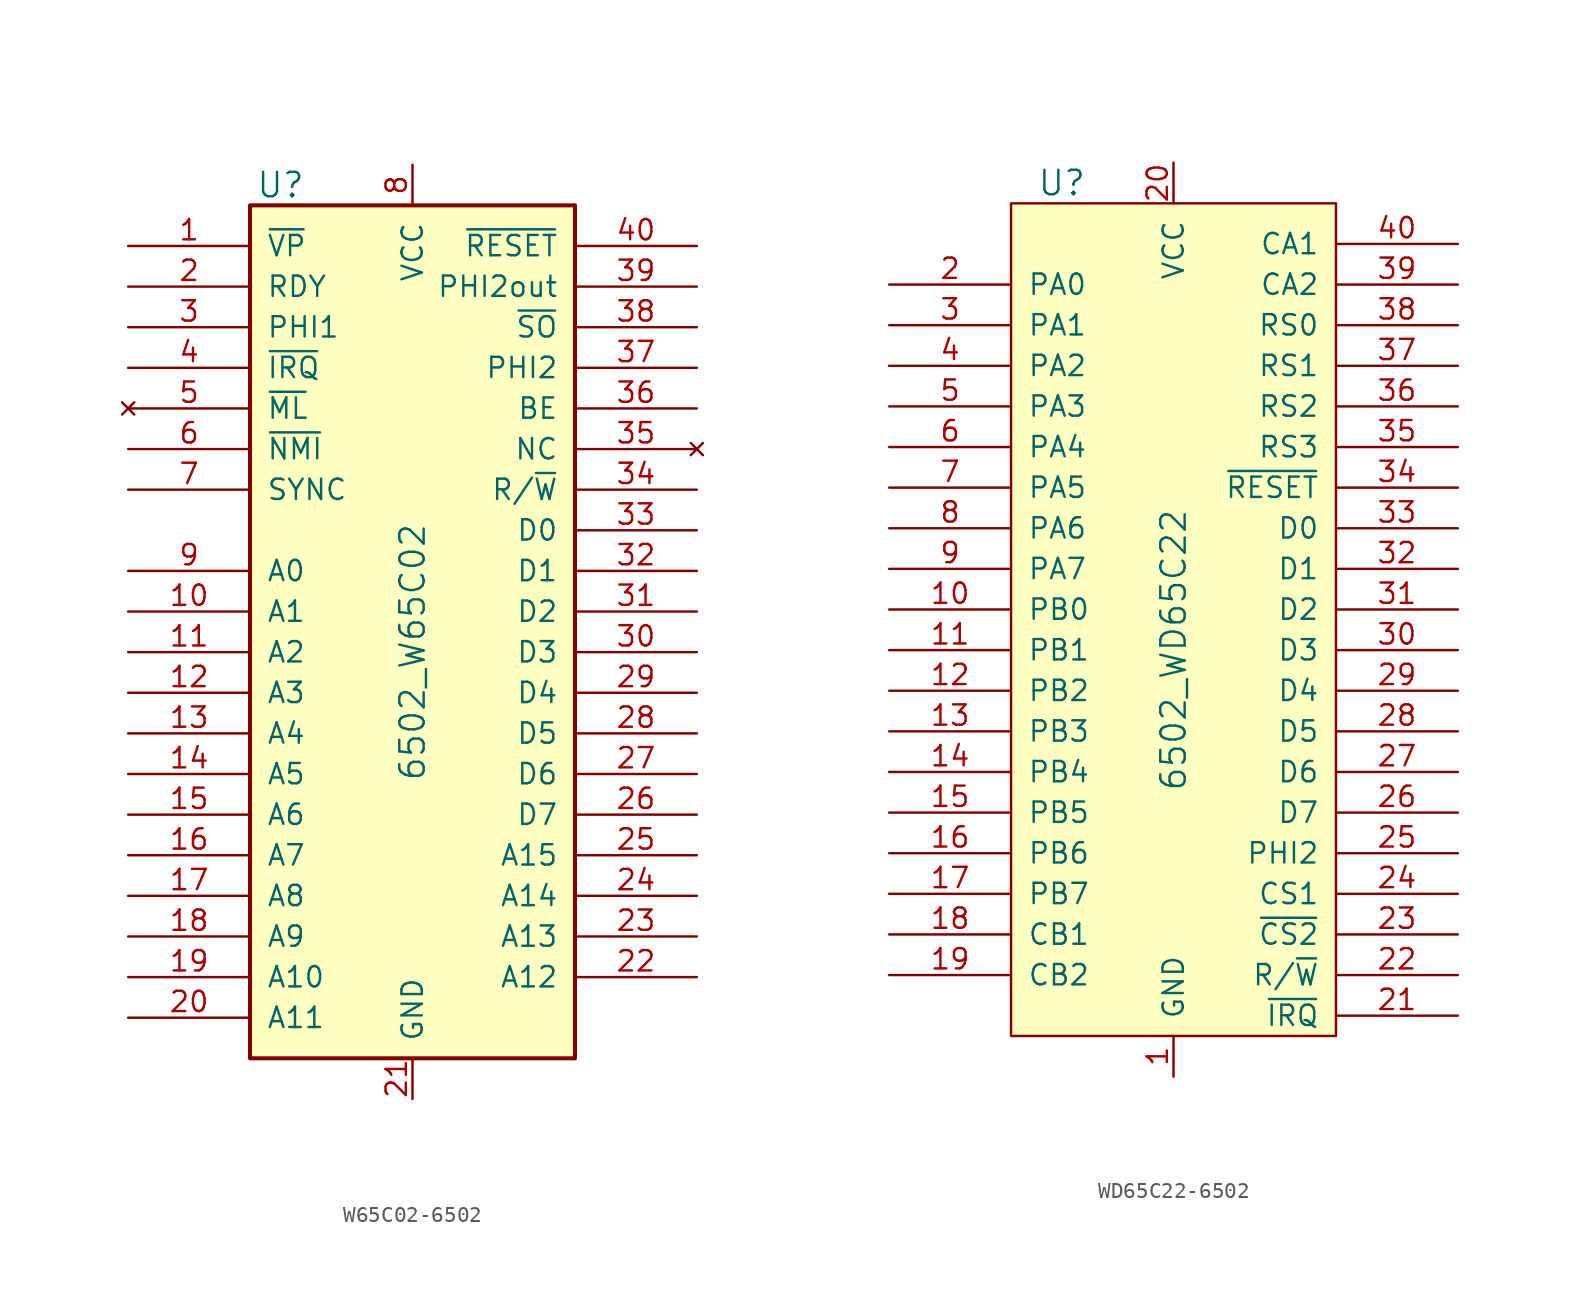
<source format=kicad_sym>
(kicad_symbol_lib
  (version 20231120)
  (generator "kicad_symbol_editor")
  (generator_version "8.0")
  (symbol "W65C02-6502"
    (pin_names
      (offset 1.016))
    (property "Reference" "U"
      (at -8.255 26.67 0)
      (effects (font (size 1.524 1.524))))
    (property "Value" "6502_W65C02"
      (at 0 -2.54 90)
      (effects (font (size 1.524 1.524))))
    (property "Footprint" ""
      (at -12.7 5.08 0)
      (effects (font (size 1.524 1.524))))
    (property "Datasheet" ""
      (at -12.7 5.08 0)
      (effects (font (size 1.524 1.524))))
    (symbol "W65C02-6502_0_1"
      (rectangle (start -10.16 25.4) (end 10.16 -27.94) (stroke (width 0.254) (type solid)) (fill (type background))))
    (symbol "W65C02-6502_1_1"
      (pin output line (at -17.78 22.86 0) (length 7.62) (name "~{VP}" (effects (font (size 1.27 1.27)))) (number "1" (effects (font (size 1.27 1.27)))))
      (pin output line (at -17.78 0 0) (length 7.62) (name "A1" (effects (font (size 1.27 1.27)))) (number "10" (effects (font (size 1.27 1.27)))))
      (pin output line (at -17.78 -2.54 0) (length 7.62) (name "A2" (effects (font (size 1.27 1.27)))) (number "11" (effects (font (size 1.27 1.27)))))
      (pin output line (at -17.78 -5.08 0) (length 7.62) (name "A3" (effects (font (size 1.27 1.27)))) (number "12" (effects (font (size 1.27 1.27)))))
      (pin output line (at -17.78 -7.62 0) (length 7.62) (name "A4" (effects (font (size 1.27 1.27)))) (number "13" (effects (font (size 1.27 1.27)))))
      (pin output line (at -17.78 -10.16 0) (length 7.62) (name "A5" (effects (font (size 1.27 1.27)))) (number "14" (effects (font (size 1.27 1.27)))))
      (pin output line (at -17.78 -12.7 0) (length 7.62) (name "A6" (effects (font (size 1.27 1.27)))) (number "15" (effects (font (size 1.27 1.27)))))
      (pin output line (at -17.78 -15.24 0) (length 7.62) (name "A7" (effects (font (size 1.27 1.27)))) (number "16" (effects (font (size 1.27 1.27)))))
      (pin output line (at -17.78 -17.78 0) (length 7.62) (name "A8" (effects (font (size 1.27 1.27)))) (number "17" (effects (font (size 1.27 1.27)))))
      (pin output line (at -17.78 -20.32 0) (length 7.62) (name "A9" (effects (font (size 1.27 1.27)))) (number "18" (effects (font (size 1.27 1.27)))))
      (pin output line (at -17.78 -22.86 0) (length 7.62) (name "A10" (effects (font (size 1.27 1.27)))) (number "19" (effects (font (size 1.27 1.27)))))
      (pin bidirectional line (at -17.78 20.32 0) (length 7.62) (name "RDY" (effects (font (size 1.27 1.27)))) (number "2" (effects (font (size 1.27 1.27)))))
      (pin output line (at -17.78 -25.4 0) (length 7.62) (name "A11" (effects (font (size 1.27 1.27)))) (number "20" (effects (font (size 1.27 1.27)))))
      (pin power_in line (at 0 -30.48 90) (length 2.54) (name "GND" (effects (font (size 1.27 1.27)))) (number "21" (effects (font (size 1.27 1.27)))))
      (pin output line (at 17.78 -22.86 180) (length 7.62) (name "A12" (effects (font (size 1.27 1.27)))) (number "22" (effects (font (size 1.27 1.27)))))
      (pin output line (at 17.78 -20.32 180) (length 7.62) (name "A13" (effects (font (size 1.27 1.27)))) (number "23" (effects (font (size 1.27 1.27)))))
      (pin output line (at 17.78 -17.78 180) (length 7.62) (name "A14" (effects (font (size 1.27 1.27)))) (number "24" (effects (font (size 1.27 1.27)))))
      (pin output line (at 17.78 -15.24 180) (length 7.62) (name "A15" (effects (font (size 1.27 1.27)))) (number "25" (effects (font (size 1.27 1.27)))))
      (pin tri_state line (at 17.78 -12.7 180) (length 7.62) (name "D7" (effects (font (size 1.27 1.27)))) (number "26" (effects (font (size 1.27 1.27)))))
      (pin tri_state line (at 17.78 -10.16 180) (length 7.62) (name "D6" (effects (font (size 1.27 1.27)))) (number "27" (effects (font (size 1.27 1.27)))))
      (pin tri_state line (at 17.78 -7.62 180) (length 7.62) (name "D5" (effects (font (size 1.27 1.27)))) (number "28" (effects (font (size 1.27 1.27)))))
      (pin tri_state line (at 17.78 -5.08 180) (length 7.62) (name "D4" (effects (font (size 1.27 1.27)))) (number "29" (effects (font (size 1.27 1.27)))))
      (pin output line (at -17.78 17.78 0) (length 7.62) (name "PHI1" (effects (font (size 1.27 1.27)))) (number "3" (effects (font (size 1.27 1.27)))))
      (pin tri_state line (at 17.78 -2.54 180) (length 7.62) (name "D3" (effects (font (size 1.27 1.27)))) (number "30" (effects (font (size 1.27 1.27)))))
      (pin tri_state line (at 17.78 0 180) (length 7.62) (name "D2" (effects (font (size 1.27 1.27)))) (number "31" (effects (font (size 1.27 1.27)))))
      (pin tri_state line (at 17.78 2.54 180) (length 7.62) (name "D1" (effects (font (size 1.27 1.27)))) (number "32" (effects (font (size 1.27 1.27)))))
      (pin tri_state line (at 17.78 5.08 180) (length 7.62) (name "D0" (effects (font (size 1.27 1.27)))) (number "33" (effects (font (size 1.27 1.27)))))
      (pin output line (at 17.78 7.62 180) (length 7.62) (name "R/~{W}" (effects (font (size 1.27 1.27)))) (number "34" (effects (font (size 1.27 1.27)))))
      (pin no_connect line (at 17.78 10.16 180) (length 7.62) (name "NC" (effects (font (size 1.27 1.27)))) (number "35" (effects (font (size 1.27 1.27)))))
      (pin input line (at 17.78 12.7 180) (length 7.62) (name "BE" (effects (font (size 1.27 1.27)))) (number "36" (effects (font (size 1.27 1.27)))))
      (pin input line (at 17.78 15.24 180) (length 7.62) (name "PHI2" (effects (font (size 1.27 1.27)))) (number "37" (effects (font (size 1.27 1.27)))))
      (pin input line (at 17.78 17.78 180) (length 7.62) (name "~{SO}" (effects (font (size 1.27 1.27)))) (number "38" (effects (font (size 1.27 1.27)))))
      (pin output line (at 17.78 20.32 180) (length 7.62) (name "PHI2out" (effects (font (size 1.27 1.27)))) (number "39" (effects (font (size 1.27 1.27)))))
      (pin input line (at -17.78 15.24 0) (length 7.62) (name "~{IRQ}" (effects (font (size 1.27 1.27)))) (number "4" (effects (font (size 1.27 1.27)))))
      (pin input line (at 17.78 22.86 180) (length 7.62) (name "~{RESET}" (effects (font (size 1.27 1.27)))) (number "40" (effects (font (size 1.27 1.27)))))
      (pin no_connect line (at -17.78 12.7 0) (length 7.62) (name "~{ML}" (effects (font (size 1.27 1.27)))) (number "5" (effects (font (size 1.27 1.27)))))
      (pin input line (at -17.78 10.16 0) (length 7.62) (name "~{NMI}" (effects (font (size 1.27 1.27)))) (number "6" (effects (font (size 1.27 1.27)))))
      (pin output line (at -17.78 7.62 0) (length 7.62) (name "SYNC" (effects (font (size 1.27 1.27)))) (number "7" (effects (font (size 1.27 1.27)))))
      (pin power_in line (at 0 27.94 270) (length 2.54) (name "VCC" (effects (font (size 1.27 1.27)))) (number "8" (effects (font (size 1.27 1.27)))))
      (pin output line (at -17.78 2.54 0) (length 7.62) (name "A0" (effects (font (size 1.27 1.27)))) (number "9" (effects (font (size 1.27 1.27)))))))
  (symbol "WD65C22-6502"
    (pin_names
      (offset 1.016))
    (property "Reference" "U"
      (at -6.985 26.67 0)
      (effects (font (size 1.524 1.524))))
    (property "Value" "6502_WD65C22"
      (at 0 -2.54 90)
      (effects (font (size 1.524 1.524))))
    (property "Footprint" ""
      (at -12.7 5.08 0)
      (effects (font (size 1.524 1.524))))
    (property "Datasheet" ""
      (at -12.7 5.08 0)
      (effects (font (size 1.524 1.524))))
    (symbol "WD65C22-6502_0_1"
      (rectangle (start -10.16 25.4) (end 10.16 -26.67) (stroke (width 0) (type solid)) (fill (type background))))
    (symbol "WD65C22-6502_1_1"
      (pin power_in line (at 0 -29.21 90) (length 2.54) (name "GND" (effects (font (size 1.27 1.27)))) (number "1" (effects (font (size 1.27 1.27)))))
      (pin bidirectional line (at -17.78 0 0) (length 7.62) (name "PB0" (effects (font (size 1.27 1.27)))) (number "10" (effects (font (size 1.27 1.27)))))
      (pin bidirectional line (at -17.78 -2.54 0) (length 7.62) (name "PB1" (effects (font (size 1.27 1.27)))) (number "11" (effects (font (size 1.27 1.27)))))
      (pin bidirectional line (at -17.78 -5.08 0) (length 7.62) (name "PB2" (effects (font (size 1.27 1.27)))) (number "12" (effects (font (size 1.27 1.27)))))
      (pin bidirectional line (at -17.78 -7.62 0) (length 7.62) (name "PB3" (effects (font (size 1.27 1.27)))) (number "13" (effects (font (size 1.27 1.27)))))
      (pin bidirectional line (at -17.78 -10.16 0) (length 7.62) (name "PB4" (effects (font (size 1.27 1.27)))) (number "14" (effects (font (size 1.27 1.27)))))
      (pin bidirectional line (at -17.78 -12.7 0) (length 7.62) (name "PB5" (effects (font (size 1.27 1.27)))) (number "15" (effects (font (size 1.27 1.27)))))
      (pin bidirectional line (at -17.78 -15.24 0) (length 7.62) (name "PB6" (effects (font (size 1.27 1.27)))) (number "16" (effects (font (size 1.27 1.27)))))
      (pin bidirectional line (at -17.78 -17.78 0) (length 7.62) (name "PB7" (effects (font (size 1.27 1.27)))) (number "17" (effects (font (size 1.27 1.27)))))
      (pin bidirectional line (at -17.78 -20.32 0) (length 7.62) (name "CB1" (effects (font (size 1.27 1.27)))) (number "18" (effects (font (size 1.27 1.27)))))
      (pin output line (at -17.78 -22.86 0) (length 7.62) (name "CB2" (effects (font (size 1.27 1.27)))) (number "19" (effects (font (size 1.27 1.27)))))
      (pin bidirectional line (at -17.78 20.32 0) (length 7.62) (name "PA0" (effects (font (size 1.27 1.27)))) (number "2" (effects (font (size 1.27 1.27)))))
      (pin power_in line (at 0 27.94 270) (length 2.54) (name "VCC" (effects (font (size 1.27 1.27)))) (number "20" (effects (font (size 1.27 1.27)))))
      (pin output line (at 17.78 -25.4 180) (length 7.62) (name "~{IRQ}" (effects (font (size 1.27 1.27)))) (number "21" (effects (font (size 1.27 1.27)))))
      (pin input line (at 17.78 -22.86 180) (length 7.62) (name "R/~{W}" (effects (font (size 1.27 1.27)))) (number "22" (effects (font (size 1.27 1.27)))))
      (pin input line (at 17.78 -20.32 180) (length 7.62) (name "~{CS2}" (effects (font (size 1.27 1.27)))) (number "23" (effects (font (size 1.27 1.27)))))
      (pin input line (at 17.78 -17.78 180) (length 7.62) (name "CS1" (effects (font (size 1.27 1.27)))) (number "24" (effects (font (size 1.27 1.27)))))
      (pin input line (at 17.78 -15.24 180) (length 7.62) (name "PHI2" (effects (font (size 1.27 1.27)))) (number "25" (effects (font (size 1.27 1.27)))))
      (pin tri_state line (at 17.78 -12.7 180) (length 7.62) (name "D7" (effects (font (size 1.27 1.27)))) (number "26" (effects (font (size 1.27 1.27)))))
      (pin tri_state line (at 17.78 -10.16 180) (length 7.62) (name "D6" (effects (font (size 1.27 1.27)))) (number "27" (effects (font (size 1.27 1.27)))))
      (pin tri_state line (at 17.78 -7.62 180) (length 7.62) (name "D5" (effects (font (size 1.27 1.27)))) (number "28" (effects (font (size 1.27 1.27)))))
      (pin tri_state line (at 17.78 -5.08 180) (length 7.62) (name "D4" (effects (font (size 1.27 1.27)))) (number "29" (effects (font (size 1.27 1.27)))))
      (pin bidirectional line (at -17.78 17.78 0) (length 7.62) (name "PA1" (effects (font (size 1.27 1.27)))) (number "3" (effects (font (size 1.27 1.27)))))
      (pin tri_state line (at 17.78 -2.54 180) (length 7.62) (name "D3" (effects (font (size 1.27 1.27)))) (number "30" (effects (font (size 1.27 1.27)))))
      (pin tri_state line (at 17.78 0 180) (length 7.62) (name "D2" (effects (font (size 1.27 1.27)))) (number "31" (effects (font (size 1.27 1.27)))))
      (pin tri_state line (at 17.78 2.54 180) (length 7.62) (name "D1" (effects (font (size 1.27 1.27)))) (number "32" (effects (font (size 1.27 1.27)))))
      (pin tri_state line (at 17.78 5.08 180) (length 7.62) (name "D0" (effects (font (size 1.27 1.27)))) (number "33" (effects (font (size 1.27 1.27)))))
      (pin input line (at 17.78 7.62 180) (length 7.62) (name "~{RESET}" (effects (font (size 1.27 1.27)))) (number "34" (effects (font (size 1.27 1.27)))))
      (pin input line (at 17.78 10.16 180) (length 7.62) (name "RS3" (effects (font (size 1.27 1.27)))) (number "35" (effects (font (size 1.27 1.27)))))
      (pin input line (at 17.78 12.7 180) (length 7.62) (name "RS2" (effects (font (size 1.27 1.27)))) (number "36" (effects (font (size 1.27 1.27)))))
      (pin input line (at 17.78 15.24 180) (length 7.62) (name "RS1" (effects (font (size 1.27 1.27)))) (number "37" (effects (font (size 1.27 1.27)))))
      (pin input line (at 17.78 17.78 180) (length 7.62) (name "RS0" (effects (font (size 1.27 1.27)))) (number "38" (effects (font (size 1.27 1.27)))))
      (pin bidirectional line (at 17.78 20.32 180) (length 7.62) (name "CA2" (effects (font (size 1.27 1.27)))) (number "39" (effects (font (size 1.27 1.27)))))
      (pin bidirectional line (at -17.78 15.24 0) (length 7.62) (name "PA2" (effects (font (size 1.27 1.27)))) (number "4" (effects (font (size 1.27 1.27)))))
      (pin bidirectional line (at 17.78 22.86 180) (length 7.62) (name "CA1" (effects (font (size 1.27 1.27)))) (number "40" (effects (font (size 1.27 1.27)))))
      (pin bidirectional line (at -17.78 12.7 0) (length 7.62) (name "PA3" (effects (font (size 1.27 1.27)))) (number "5" (effects (font (size 1.27 1.27)))))
      (pin bidirectional line (at -17.78 10.16 0) (length 7.62) (name "PA4" (effects (font (size 1.27 1.27)))) (number "6" (effects (font (size 1.27 1.27)))))
      (pin bidirectional line (at -17.78 7.62 0) (length 7.62) (name "PA5" (effects (font (size 1.27 1.27)))) (number "7" (effects (font (size 1.27 1.27)))))
      (pin bidirectional line (at -17.78 5.08 0) (length 7.62) (name "PA6" (effects (font (size 1.27 1.27)))) (number "8" (effects (font (size 1.27 1.27)))))
      (pin bidirectional line (at -17.78 2.54 0) (length 7.62) (name "PA7" (effects (font (size 1.27 1.27)))) (number "9" (effects (font (size 1.27 1.27))))))))
</source>
